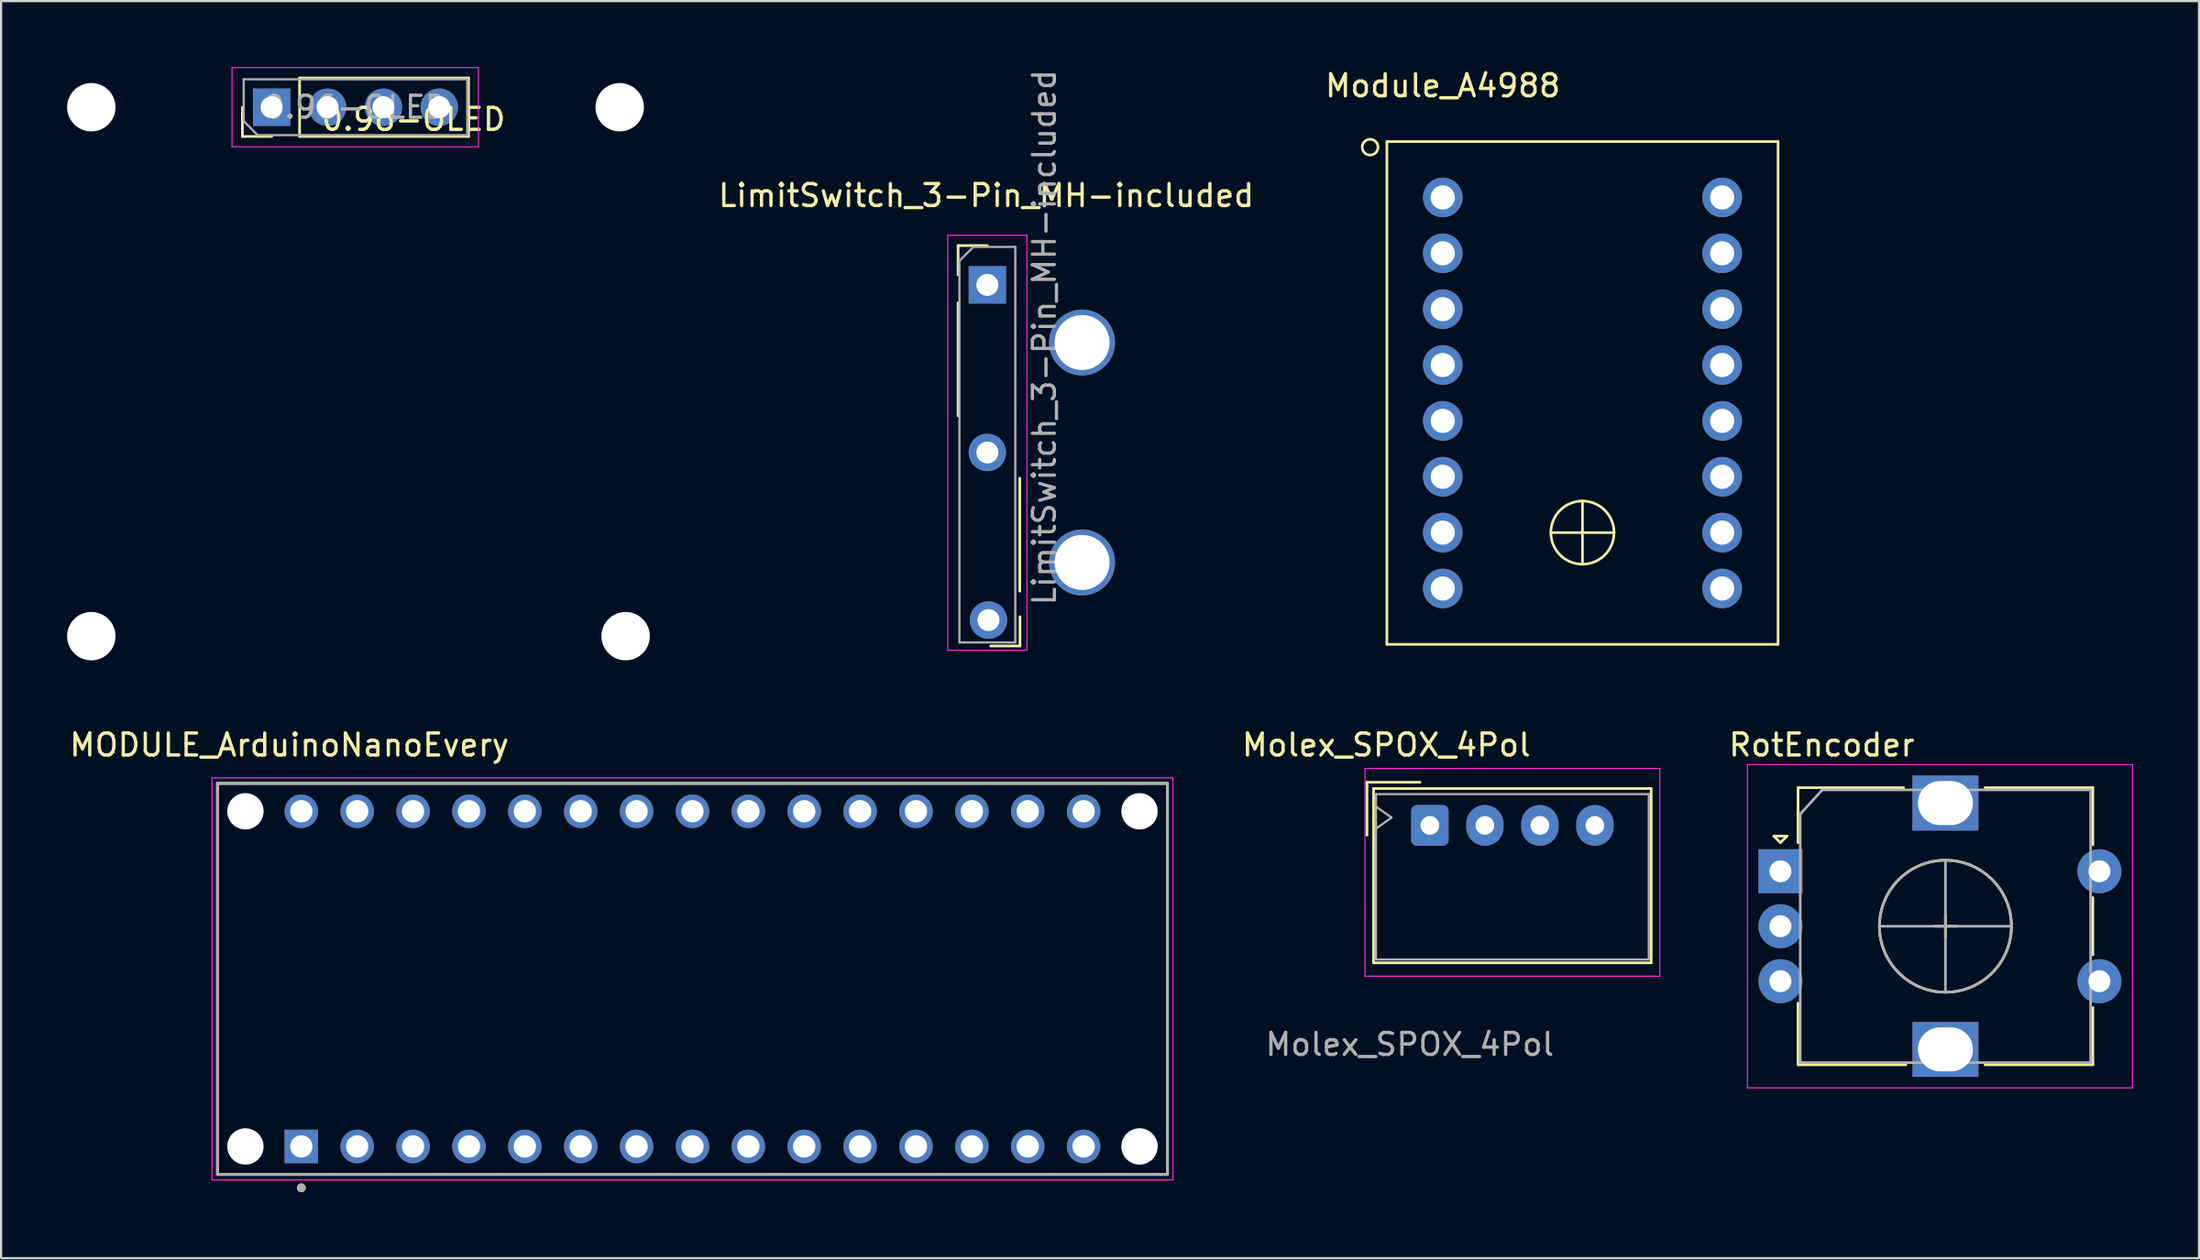
<source format=kicad_pcb>
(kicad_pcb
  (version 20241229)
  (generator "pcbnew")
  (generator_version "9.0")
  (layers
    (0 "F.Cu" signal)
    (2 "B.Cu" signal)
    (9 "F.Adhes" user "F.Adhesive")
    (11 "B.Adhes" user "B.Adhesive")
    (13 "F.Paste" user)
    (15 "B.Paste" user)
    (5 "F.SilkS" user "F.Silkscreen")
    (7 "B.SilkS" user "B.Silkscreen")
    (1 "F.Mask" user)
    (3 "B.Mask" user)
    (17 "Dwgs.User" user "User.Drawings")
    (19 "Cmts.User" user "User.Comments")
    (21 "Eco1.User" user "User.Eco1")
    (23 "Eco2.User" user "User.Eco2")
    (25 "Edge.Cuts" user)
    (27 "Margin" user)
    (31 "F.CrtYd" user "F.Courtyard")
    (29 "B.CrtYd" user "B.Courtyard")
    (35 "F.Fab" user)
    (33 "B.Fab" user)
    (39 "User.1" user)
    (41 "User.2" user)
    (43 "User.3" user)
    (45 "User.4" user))
  (footprint "LimitSwitch_3-Pin_MH-included"
    (layer "F.Cu")
    (at 42.135 17.524)
    (property "Reference" "LimitSwitch_3-Pin_MH-included" (at -0.356 -11.684 0) (layer "F.SilkS") (effects (font (size 1 1) (thickness 0.15))))
    (attr through_hole)
    (fp_line (start -1.635 -9.407) (end -0.305 -9.407) (stroke (width 0.12) (type solid)) (layer "F.SilkS"))
    (fp_line (start -1.635 -8.077) (end -1.635 -9.407) (stroke (width 0.12) (type solid)) (layer "F.SilkS"))
    (fp_line (start -1.635 -6.807) (end -1.635 -1.667) (stroke (width 0.12) (type solid)) (layer "F.SilkS"))
    (fp_line (start 1.168 1.168) (end 1.168 6.308) (stroke (width 0.12) (type solid)) (layer "F.SilkS"))
    (fp_line (start 1.178 7.468) (end 1.178 8.798) (stroke (width 0.12) (type solid)) (layer "F.SilkS"))
    (fp_line (start 1.178 8.798) (end -0.152 8.798) (stroke (width 0.12) (type solid)) (layer "F.SilkS"))
    (fp_line (start -2.105 -9.877) (end -2.105 8.992) (stroke (width 0.05) (type solid)) (layer "F.CrtYd"))
    (fp_line (start -2.105 8.992) (end 1.495 8.992) (stroke (width 0.05) (type solid)) (layer "F.CrtYd"))
    (fp_line (start 1.495 -9.877) (end -2.105 -9.877) (stroke (width 0.05) (type solid)) (layer "F.CrtYd"))
    (fp_line (start 1.495 8.992) (end 1.495 -9.877) (stroke (width 0.05) (type solid)) (layer "F.CrtYd"))
    (fp_line (start -1.575 -8.712) (end -0.94 -9.347) (stroke (width 0.1) (type solid)) (layer "F.Fab"))
    (fp_line (start -1.575 8.636) (end -1.575 -8.712) (stroke (width 0.1) (type solid)) (layer "F.Fab"))
    (fp_line (start -0.94 -9.347) (end 0.965 -9.347) (stroke (width 0.1) (type solid)) (layer "F.Fab"))
    (fp_line (start 0.965 -9.347) (end 0.965 8.636) (stroke (width 0.1) (type solid)) (layer "F.Fab"))
    (fp_line (start 0.965 8.636) (end -1.575 8.636) (stroke (width 0.1) (type solid)) (layer "F.Fab"))
    (fp_text user "${REFERENCE}" (at 2.286 -5.232 90) (layer "F.Fab") (effects (font (size 1 1) (thickness 0.15))))
    (pad "" np_thru_hole oval (at 4 -5) (size 3 3) (drill 2.5) (layers "*.Cu" "*.Mask"))
    (pad "" np_thru_hole oval (at 4 5) (size 3 3) (drill 2.5) (layers "*.Cu" "*.Mask"))
    (pad "1" thru_hole rect (at -0.305 -7.62) (size 1.7 1.7) (drill 1) (layers "*.Cu" "*.Mask"))
    (pad "2" thru_hole oval (at -0.254 7.62) (size 1.7 1.7) (drill 1) (layers "*.Cu" "*.Mask"))
    (pad "3" thru_hole oval (at -0.305 0) (size 1.7 1.7) (drill 1) (layers "*.Cu" "*.Mask")))
  (footprint "RotEncoder"
    (layer "F.Cu")
    (at 85.347 39.054)
    (property "Reference" "RotEncoder" (at -5.588 -8.23 0) (layer "F.SilkS") (effects (font (size 1 1) (thickness 0.15))))
    (attr through_hole)
    (fp_line (start -7.768 -4.089) (end -7.168 -4.089) (stroke (width 0.12) (type solid)) (layer "F.SilkS"))
    (fp_line (start -7.468 -3.789) (end -7.768 -4.089) (stroke (width 0.12) (type solid)) (layer "F.SilkS"))
    (fp_line (start -7.168 -4.089) (end -7.468 -3.789) (stroke (width 0.12) (type solid)) (layer "F.SilkS"))
    (fp_line (start -6.668 -6.289) (end -6.668 -3.789) (stroke (width 0.12) (type solid)) (layer "F.SilkS"))
    (fp_line (start -6.668 6.311) (end -6.668 3.511) (stroke (width 0.12) (type solid)) (layer "F.SilkS"))
    (fp_line (start -1.868 -6.289) (end -6.668 -6.289) (stroke (width 0.12) (type solid)) (layer "F.SilkS"))
    (fp_line (start -1.768 6.311) (end -6.668 6.311) (stroke (width 0.12) (type solid)) (layer "F.SilkS"))
    (fp_line (start -0.468 0.011) (end 0.532 0.011) (stroke (width 0.12) (type solid)) (layer "F.SilkS"))
    (fp_line (start 0.032 -0.489) (end 0.032 0.511) (stroke (width 0.12) (type solid)) (layer "F.SilkS"))
    (fp_line (start 1.832 -6.289) (end 6.732 -6.289) (stroke (width 0.12) (type solid)) (layer "F.SilkS"))
    (fp_line (start 6.732 -6.289) (end 6.732 -3.689) (stroke (width 0.12) (type solid)) (layer "F.SilkS"))
    (fp_line (start 6.732 -1.289) (end 6.732 1.311) (stroke (width 0.12) (type solid)) (layer "F.SilkS"))
    (fp_line (start 6.732 3.711) (end 6.732 6.311) (stroke (width 0.12) (type solid)) (layer "F.SilkS"))
    (fp_line (start 6.732 6.311) (end 1.832 6.311) (stroke (width 0.12) (type solid)) (layer "F.SilkS"))
    (fp_circle (center 0.032 0.011) (end 3.032 0.011) (stroke (width 0.12) (type solid)) (fill no) (layer "F.SilkS"))
    (fp_line (start -8.968 -7.339) (end -8.968 7.361) (stroke (width 0.05) (type solid)) (layer "F.CrtYd"))
    (fp_line (start -8.968 -7.339) (end 8.532 -7.339) (stroke (width 0.05) (type solid)) (layer "F.CrtYd"))
    (fp_line (start 8.532 7.361) (end -8.968 7.361) (stroke (width 0.05) (type solid)) (layer "F.CrtYd"))
    (fp_line (start 8.532 7.361) (end 8.532 -7.339) (stroke (width 0.05) (type solid)) (layer "F.CrtYd"))
    (fp_line (start -6.568 -5.089) (end -5.568 -6.189) (stroke (width 0.12) (type solid)) (layer "F.Fab"))
    (fp_line (start -6.568 6.211) (end -6.568 -5.089) (stroke (width 0.12) (type solid)) (layer "F.Fab"))
    (fp_line (start -5.568 -6.189) (end 6.632 -6.189) (stroke (width 0.12) (type solid)) (layer "F.Fab"))
    (fp_line (start -2.968 0.011) (end 3.032 0.011) (stroke (width 0.12) (type solid)) (layer "F.Fab"))
    (fp_line (start 0.032 -2.989) (end 0.032 3.011) (stroke (width 0.12) (type solid)) (layer "F.Fab"))
    (fp_line (start 6.632 -6.189) (end 6.632 6.211) (stroke (width 0.12) (type solid)) (layer "F.Fab"))
    (fp_line (start 6.632 6.211) (end -6.568 6.211) (stroke (width 0.12) (type solid)) (layer "F.Fab"))
    (fp_circle (center 0.032 0.011) (end 3.032 0.011) (stroke (width 0.12) (type solid)) (fill no) (layer "F.Fab"))
    (pad "A" thru_hole rect (at -7.468 -2.489) (size 2 2) (drill 1) (layers "*.Cu" "*.Mask"))
    (pad "B" thru_hole circle (at -7.468 2.511) (size 2 2) (drill 1) (layers "*.Cu" "*.Mask"))
    (pad "C" thru_hole circle (at -7.468 0.011) (size 2 2) (drill 1) (layers "*.Cu" "*.Mask"))
    (pad "S1" thru_hole circle (at 7.032 -2.489) (size 2 2) (drill 1) (layers "*.Cu" "*.Mask"))
    (pad "S2" thru_hole circle (at 7.032 2.511) (size 2 2) (drill 1) (layers "*.Cu" "*.Mask"))
    (pad "Shield" thru_hole rect (at 0.032 -5.589) (size 3 2.5) (drill oval 2.5 2) (layers "*.Cu" "*.Mask"))
    (pad "Shield" thru_hole rect (at 0.032 5.611) (size 3 2.5) (drill oval 2.5 2) (layers "*.Cu" "*.Mask")))
  (footprint "MODULE_ArduinoNanoEvery"
    (layer "F.Cu")
    (at 28.426 41.459)
    (property "Reference" "MODULE_ArduinoNanoEvery" (at -18.325 -10.635 0) (layer "F.SilkS") (effects (font (size 1 1) (thickness 0.15))))
    (attr through_hole)
    (fp_line (start -21.59 -8.89) (end -21.59 8.89) (stroke (width 0.127) (type solid)) (layer "F.SilkS"))
    (fp_line (start -21.59 8.89) (end 21.59 8.89) (stroke (width 0.127) (type solid)) (layer "F.SilkS"))
    (fp_line (start 21.59 -8.89) (end -21.59 -8.89) (stroke (width 0.127) (type solid)) (layer "F.SilkS"))
    (fp_line (start 21.59 8.89) (end 21.59 -8.89) (stroke (width 0.127) (type solid)) (layer "F.SilkS"))
    (fp_circle (center -17.78 9.5) (end -17.68 9.5) (stroke (width 0.2) (type solid)) (fill no) (layer "F.SilkS"))
    (fp_line (start -21.84 -9.14) (end -21.84 9.14) (stroke (width 0.05) (type solid)) (layer "F.CrtYd"))
    (fp_line (start -21.84 9.14) (end 21.84 9.14) (stroke (width 0.05) (type solid)) (layer "F.CrtYd"))
    (fp_line (start 21.84 -9.14) (end -21.84 -9.14) (stroke (width 0.05) (type solid)) (layer "F.CrtYd"))
    (fp_line (start 21.84 9.14) (end 21.84 -9.14) (stroke (width 0.05) (type solid)) (layer "F.CrtYd"))
    (fp_line (start -21.59 -8.89) (end -21.59 8.89) (stroke (width 0.127) (type solid)) (layer "F.Fab"))
    (fp_line (start -21.59 8.89) (end 21.59 8.89) (stroke (width 0.127) (type solid)) (layer "F.Fab"))
    (fp_line (start 21.59 -8.89) (end -21.59 -8.89) (stroke (width 0.127) (type solid)) (layer "F.Fab"))
    (fp_line (start 21.59 8.89) (end 21.59 -8.89) (stroke (width 0.127) (type solid)) (layer "F.Fab"))
    (fp_circle (center -17.78 9.5) (end -17.68 9.5) (stroke (width 0.2) (type solid)) (fill no) (layer "F.Fab"))
    (pad "" np_thru_hole circle (at -20.32 -7.62) (size 1.651 1.651) (drill 1.651) (layers "*.Cu" "*.Mask"))
    (pad "" np_thru_hole circle (at -20.32 7.62) (size 1.651 1.651) (drill 1.651) (layers "*.Cu" "*.Mask"))
    (pad "" np_thru_hole circle (at 20.32 -7.62) (size 1.651 1.651) (drill 1.651) (layers "*.Cu" "*.Mask"))
    (pad "" np_thru_hole circle (at 20.32 7.62) (size 1.651 1.651) (drill 1.651) (layers "*.Cu" "*.Mask"))
    (pad "1" thru_hole rect (at -17.78 7.62) (size 1.524 1.524) (drill 1.016) (layers "*.Cu" "*.Mask"))
    (pad "2" thru_hole circle (at -15.24 7.62) (size 1.524 1.524) (drill 1.016) (layers "*.Cu" "*.Mask"))
    (pad "3" thru_hole circle (at -12.7 7.62) (size 1.524 1.524) (drill 1.016) (layers "*.Cu" "*.Mask"))
    (pad "4" thru_hole circle (at -10.16 7.62) (size 1.524 1.524) (drill 1.016) (layers "*.Cu" "*.Mask"))
    (pad "5" thru_hole circle (at -7.62 7.62) (size 1.524 1.524) (drill 1.016) (layers "*.Cu" "*.Mask"))
    (pad "6" thru_hole circle (at -5.08 7.62) (size 1.524 1.524) (drill 1.016) (layers "*.Cu" "*.Mask"))
    (pad "7" thru_hole circle (at -2.54 7.62) (size 1.524 1.524) (drill 1.016) (layers "*.Cu" "*.Mask"))
    (pad "8" thru_hole circle (at 0 7.62) (size 1.524 1.524) (drill 1.016) (layers "*.Cu" "*.Mask"))
    (pad "9" thru_hole circle (at 2.54 7.62) (size 1.524 1.524) (drill 1.016) (layers "*.Cu" "*.Mask"))
    (pad "10" thru_hole circle (at 5.08 7.62) (size 1.524 1.524) (drill 1.016) (layers "*.Cu" "*.Mask"))
    (pad "11" thru_hole circle (at 7.62 7.62) (size 1.524 1.524) (drill 1.016) (layers "*.Cu" "*.Mask"))
    (pad "12" thru_hole circle (at 10.16 7.62) (size 1.524 1.524) (drill 1.016) (layers "*.Cu" "*.Mask"))
    (pad "13" thru_hole circle (at 12.7 7.62) (size 1.524 1.524) (drill 1.016) (layers "*.Cu" "*.Mask"))
    (pad "14" thru_hole circle (at 15.24 7.62) (size 1.524 1.524) (drill 1.016) (layers "*.Cu" "*.Mask"))
    (pad "15" thru_hole circle (at 17.78 7.62) (size 1.524 1.524) (drill 1.016) (layers "*.Cu" "*.Mask"))
    (pad "16" thru_hole circle (at 17.78 -7.62) (size 1.524 1.524) (drill 1.016) (layers "*.Cu" "*.Mask"))
    (pad "17" thru_hole circle (at 15.24 -7.62) (size 1.524 1.524) (drill 1.016) (layers "*.Cu" "*.Mask"))
    (pad "18" thru_hole circle (at 12.7 -7.62) (size 1.524 1.524) (drill 1.016) (layers "*.Cu" "*.Mask"))
    (pad "19" thru_hole circle (at 10.16 -7.62) (size 1.524 1.524) (drill 1.016) (layers "*.Cu" "*.Mask"))
    (pad "20" thru_hole circle (at 7.62 -7.62) (size 1.524 1.524) (drill 1.016) (layers "*.Cu" "*.Mask"))
    (pad "21" thru_hole circle (at 5.08 -7.62) (size 1.524 1.524) (drill 1.016) (layers "*.Cu" "*.Mask"))
    (pad "22" thru_hole circle (at 2.54 -7.62) (size 1.524 1.524) (drill 1.016) (layers "*.Cu" "*.Mask"))
    (pad "23" thru_hole circle (at 0 -7.62) (size 1.524 1.524) (drill 1.016) (layers "*.Cu" "*.Mask"))
    (pad "24" thru_hole circle (at -2.54 -7.62) (size 1.524 1.524) (drill 1.016) (layers "*.Cu" "*.Mask"))
    (pad "25" thru_hole circle (at -5.08 -7.62) (size 1.524 1.524) (drill 1.016) (layers "*.Cu" "*.Mask"))
    (pad "26" thru_hole circle (at -7.62 -7.62) (size 1.524 1.524) (drill 1.016) (layers "*.Cu" "*.Mask"))
    (pad "27" thru_hole circle (at -10.16 -7.62) (size 1.524 1.524) (drill 1.016) (layers "*.Cu" "*.Mask"))
    (pad "28" thru_hole circle (at -12.7 -7.62) (size 1.524 1.524) (drill 1.016) (layers "*.Cu" "*.Mask"))
    (pad "29" thru_hole circle (at -15.24 -7.62) (size 1.524 1.524) (drill 1.016) (layers "*.Cu" "*.Mask"))
    (pad "30" thru_hole circle (at -17.78 -7.62) (size 1.524 1.524) (drill 1.016) (layers "*.Cu" "*.Mask")))
  (footprint "0.96-OLED"
    (layer "F.Cu")
    (at 15.75 1.876)
    (property "Reference" "0.96-OLED" (at 0 0.5 0) (layer "F.SilkS") (effects (font (size 1 1) (thickness 0.15))))
    (attr through_hole)
    (fp_line (start -7.782 1.279) (end -7.782 -0.051) (stroke (width 0.12) (type solid)) (layer "F.SilkS"))
    (fp_line (start -6.452 1.279) (end -7.782 1.279) (stroke (width 0.12) (type solid)) (layer "F.SilkS"))
    (fp_line (start -5.182 -1.381) (end 2.498 -1.381) (stroke (width 0.12) (type solid)) (layer "F.SilkS"))
    (fp_line (start -5.182 1.279) (end -5.182 -1.381) (stroke (width 0.12) (type solid)) (layer "F.SilkS"))
    (fp_line (start -5.182 1.279) (end 2.498 1.279) (stroke (width 0.12) (type solid)) (layer "F.SilkS"))
    (fp_line (start 2.498 1.279) (end 2.498 -1.381) (stroke (width 0.12) (type solid)) (layer "F.SilkS"))
    (fp_line (start -8.252 -1.851) (end -8.252 1.749) (stroke (width 0.05) (type solid)) (layer "F.CrtYd"))
    (fp_line (start -8.252 1.749) (end 2.948 1.749) (stroke (width 0.05) (type solid)) (layer "F.CrtYd"))
    (fp_line (start 2.948 -1.851) (end -8.252 -1.851) (stroke (width 0.05) (type solid)) (layer "F.CrtYd"))
    (fp_line (start 2.948 1.749) (end 2.948 -1.851) (stroke (width 0.05) (type solid)) (layer "F.CrtYd"))
    (fp_line (start -7.722 -1.321) (end 2.438 -1.321) (stroke (width 0.1) (type solid)) (layer "F.Fab"))
    (fp_line (start -7.722 0.584) (end -7.722 -1.321) (stroke (width 0.1) (type solid)) (layer "F.Fab"))
    (fp_line (start -7.087 1.219) (end -7.722 0.584) (stroke (width 0.1) (type solid)) (layer "F.Fab"))
    (fp_line (start 2.438 -1.321) (end 2.438 1.219) (stroke (width 0.1) (type solid)) (layer "F.Fab"))
    (fp_line (start 2.438 1.219) (end -7.087 1.219) (stroke (width 0.1) (type solid)) (layer "F.Fab"))
    (fp_text user "${REFERENCE}" (at -2.642 -0.051 180) (layer "F.Fab") (effects (font (size 1 1) (thickness 0.15))))
    (pad "" np_thru_hole circle (at -14.65 -0.05) (size 2.2 2.2) (drill 2.2) (layers "*.Cu" "*.Mask"))
    (pad "" np_thru_hole circle (at -14.65 24) (size 2.2 2.2) (drill 2.2) (layers "*.Cu" "*.Mask"))
    (pad "" np_thru_hole circle (at 9.368 -0.05) (size 2.2 2.2) (drill 2.2) (layers "*.Cu" "*.Mask"))
    (pad "" np_thru_hole circle (at 9.638 24) (size 2.2 2.2) (drill 2.2) (layers "*.Cu" "*.Mask"))
    (pad "1" thru_hole rect (at -6.452 -0.051 90) (size 1.7 1.7) (drill 1) (layers "*.Cu" "*.Mask"))
    (pad "2" thru_hole oval (at -3.912 -0.051 90) (size 1.7 1.7) (drill 1) (layers "*.Cu" "*.Mask"))
    (pad "3" thru_hole oval (at -1.372 -0.051 90) (size 1.7 1.7) (drill 1) (layers "*.Cu" "*.Mask"))
    (pad "4" thru_hole oval (at 1.168 -0.051 90) (size 1.7 1.7) (drill 1) (layers "*.Cu" "*.Mask")))
  (footprint "Molex_SPOX_4Pol"
    (layer "F.Cu")
    (at 57.881 32.805)
    (property "Reference" "Molex_SPOX_4Pol" (at 2.083 -1.981 0) (layer "F.SilkS") (effects (font (size 1 1) (thickness 0.15))))
    (attr through_hole)
    (fp_line (start 1.204 -0.288) (end 3.614 -0.288) (stroke (width 0.12) (type solid)) (layer "F.SilkS"))
    (fp_line (start 1.204 2.122) (end 1.204 -0.288) (stroke (width 0.12) (type solid)) (layer "F.SilkS"))
    (fp_line (start 1.502 0) (end 1.504 7.925) (stroke (width 0.12) (type solid)) (layer "F.SilkS"))
    (fp_line (start 1.502 7.925) (end 14.122 7.925) (stroke (width 0.12) (type solid)) (layer "F.SilkS"))
    (fp_line (start 14.122 0) (end 1.502 0) (stroke (width 0.12) (type solid)) (layer "F.SilkS"))
    (fp_line (start 14.122 7.925) (end 14.122 0) (stroke (width 0.12) (type solid)) (layer "F.SilkS"))
    (fp_line (start 1.114 -0.914) (end 1.114 8.534) (stroke (width 0.05) (type solid)) (layer "F.CrtYd"))
    (fp_line (start 1.114 8.534) (end 14.514 8.534) (stroke (width 0.05) (type solid)) (layer "F.CrtYd"))
    (fp_line (start 14.514 -0.914) (end 1.114 -0.914) (stroke (width 0.05) (type solid)) (layer "F.CrtYd"))
    (fp_line (start 14.514 8.534) (end 14.514 -0.914) (stroke (width 0.05) (type solid)) (layer "F.CrtYd"))
    (fp_line (start 1.614 0.254) (end 1.614 7.772) (stroke (width 0.1) (type solid)) (layer "F.Fab"))
    (fp_line (start 1.614 1.821) (end 2.321 1.321) (stroke (width 0.1) (type solid)) (layer "F.Fab"))
    (fp_line (start 1.614 7.772) (end 14.014 7.772) (stroke (width 0.1) (type solid)) (layer "F.Fab"))
    (fp_line (start 2.321 1.321) (end 1.614 0.821) (stroke (width 0.1) (type solid)) (layer "F.Fab"))
    (fp_line (start 14.014 0.254) (end 1.614 0.254) (stroke (width 0.1) (type solid)) (layer "F.Fab"))
    (fp_line (start 14.014 7.772) (end 14.014 0.254) (stroke (width 0.1) (type solid)) (layer "F.Fab"))
    (fp_text user "${REFERENCE}" (at 3.15 11.633 0) (layer "F.Fab") (effects (font (size 1 1) (thickness 0.15))))
    (pad "1" thru_hole roundrect (at 4.064 1.676) (size 1.7 1.85) (drill 0.85) (layers "*.Cu" "*.Mask") (roundrect_rratio 0.147))
    (pad "2" thru_hole oval (at 6.564 1.676) (size 1.7 1.85) (drill 0.85) (layers "*.Cu" "*.Mask"))
    (pad "3" thru_hole oval (at 9.064 1.676) (size 1.7 1.85) (drill 0.85) (layers "*.Cu" "*.Mask"))
    (pad "4" thru_hole oval (at 11.564 1.676) (size 1.7 1.85) (drill 0.85) (layers "*.Cu" "*.Mask")))
  (footprint "Module_A4988"
    (layer "F.Cu")
    (at 70.15 3.388)
    (property "Reference" "Module_A4988" (at -7.62 -2.54 0) (layer "F.SilkS") (effects (font (size 1 1) (thickness 0.15))))
    (attr through_hole)
    (fp_line (start -10.16 0) (end -10.16 22.86) (stroke (width 0.12) (type solid)) (layer "F.SilkS"))
    (fp_line (start -10.16 22.86) (end 7.62 22.86) (stroke (width 0.12) (type solid)) (layer "F.SilkS"))
    (fp_line (start -2.707 17.78) (end 0.167 17.78) (stroke (width 0.12) (type solid)) (layer "F.SilkS"))
    (fp_line (start -1.27 16.343) (end -1.27 19.217) (stroke (width 0.12) (type solid)) (layer "F.SilkS"))
    (fp_line (start 7.62 0) (end -10.16 0) (stroke (width 0.12) (type solid)) (layer "F.SilkS"))
    (fp_line (start 7.62 22.86) (end 7.62 0) (stroke (width 0.12) (type solid)) (layer "F.SilkS"))
    (fp_circle (center -10.922 0.254) (end -10.668 0.508) (stroke (width 0.12) (type solid)) (fill no) (layer "F.SilkS"))
    (fp_circle (center -1.27 17.78) (end -0.254 18.796) (stroke (width 0.12) (type solid)) (fill no) (layer "F.SilkS"))
    (pad "1" thru_hole circle (at -7.62 2.54) (size 1.8 1.8) (drill 1.1) (layers "*.Cu" "*.Mask"))
    (pad "2" thru_hole circle (at -7.62 5.08) (size 1.8 1.8) (drill 1.1) (layers "*.Cu" "*.Mask"))
    (pad "3" thru_hole circle (at -7.62 7.62) (size 1.8 1.8) (drill 1.1) (layers "*.Cu" "*.Mask"))
    (pad "4" thru_hole circle (at -7.62 10.16) (size 1.8 1.8) (drill 1.1) (layers "*.Cu" "*.Mask"))
    (pad "5" thru_hole circle (at -7.62 12.7) (size 1.8 1.8) (drill 1.1) (layers "*.Cu" "*.Mask"))
    (pad "6" thru_hole circle (at -7.62 15.24) (size 1.8 1.8) (drill 1.1) (layers "*.Cu" "*.Mask"))
    (pad "7" thru_hole circle (at -7.62 17.78) (size 1.8 1.8) (drill 1.1) (layers "*.Cu" "*.Mask"))
    (pad "8" thru_hole circle (at -7.62 20.32) (size 1.8 1.8) (drill 1.1) (layers "*.Cu" "*.Mask"))
    (pad "9" thru_hole circle (at 5.08 20.32) (size 1.8 1.8) (drill 1.1) (layers "*.Cu" "*.Mask"))
    (pad "10" thru_hole circle (at 5.08 17.78) (size 1.8 1.8) (drill 1.1) (layers "*.Cu" "*.Mask"))
    (pad "11" thru_hole circle (at 5.08 15.24) (size 1.8 1.8) (drill 1.1) (layers "*.Cu" "*.Mask"))
    (pad "12" thru_hole circle (at 5.08 12.7) (size 1.8 1.8) (drill 1.1) (layers "*.Cu" "*.Mask"))
    (pad "13" thru_hole circle (at 5.08 10.16) (size 1.8 1.8) (drill 1.1) (layers "*.Cu" "*.Mask"))
    (pad "14" thru_hole circle (at 5.08 7.62) (size 1.8 1.8) (drill 1.1) (layers "*.Cu" "*.Mask"))
    (pad "15" thru_hole circle (at 5.08 5.08) (size 1.8 1.8) (drill 1.1) (layers "*.Cu" "*.Mask"))
    (pad "16" thru_hole circle (at 5.08 2.54) (size 1.8 1.8) (drill 1.1) (layers "*.Cu" "*.Mask")))
  (gr_rect
    (start -3 -3)
    (end 96.905 54.159)
    (stroke (width 0.1) (type default))
    (fill no)
    (layer "Edge.Cuts")))
</source>
